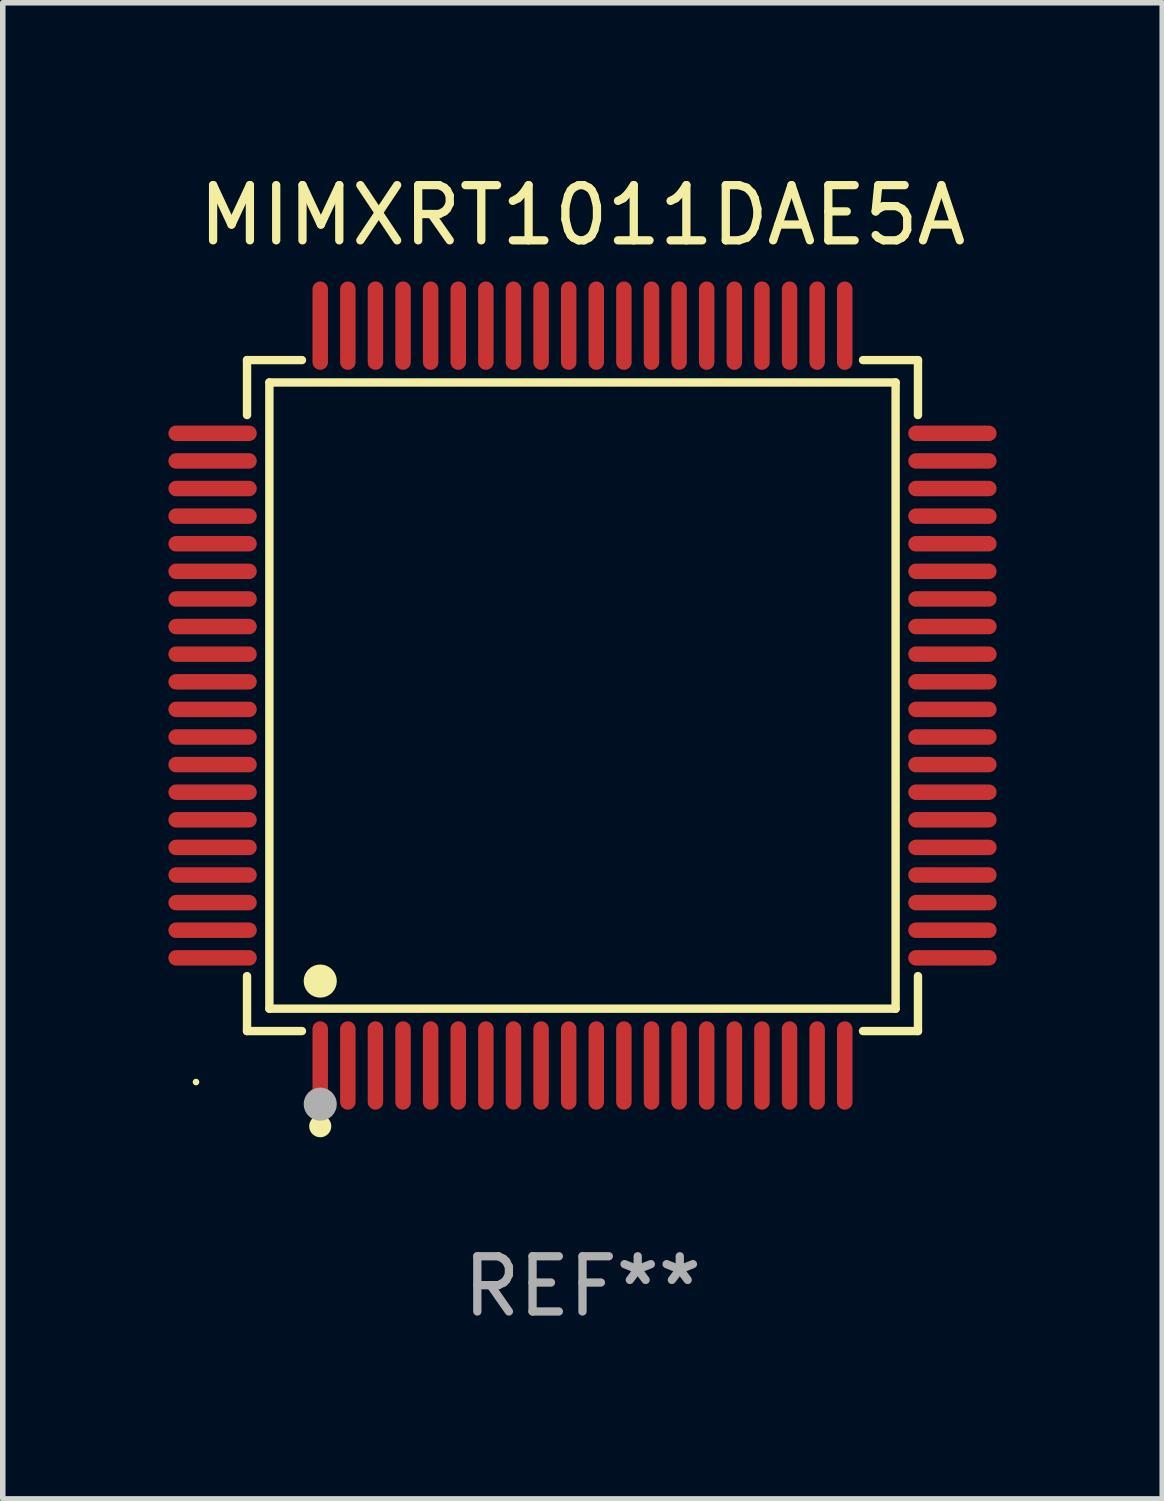
<source format=kicad_pcb>
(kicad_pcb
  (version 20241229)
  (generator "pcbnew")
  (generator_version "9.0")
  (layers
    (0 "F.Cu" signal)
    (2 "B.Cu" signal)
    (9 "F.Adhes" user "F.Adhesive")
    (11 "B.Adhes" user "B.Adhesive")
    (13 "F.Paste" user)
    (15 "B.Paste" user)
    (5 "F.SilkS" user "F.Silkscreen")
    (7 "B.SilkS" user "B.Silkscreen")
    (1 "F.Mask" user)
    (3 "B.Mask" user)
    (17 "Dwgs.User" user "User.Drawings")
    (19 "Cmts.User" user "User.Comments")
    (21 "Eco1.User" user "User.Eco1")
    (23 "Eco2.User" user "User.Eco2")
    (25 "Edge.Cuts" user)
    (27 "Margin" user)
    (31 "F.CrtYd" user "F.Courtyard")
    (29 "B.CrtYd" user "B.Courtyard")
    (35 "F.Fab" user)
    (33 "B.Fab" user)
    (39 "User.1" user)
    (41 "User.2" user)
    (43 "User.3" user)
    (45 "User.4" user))
  (footprint "MIMXRT1011DAE5A"
    (layer "F.Cu")
    (at 7.5 9.548)
    (property "Reference" "MIMXRT1011DAE5A" (at 0 -8.7 0) (layer "F.SilkS") (effects (font (size 1 1) (thickness 0.15))))
    (attr through_hole)
    (fp_line (start -6.076 -6.076) (end -5.081 -6.076) (stroke (width 0.152) (type solid)) (layer "F.SilkS"))
    (fp_line (start -6.076 -5.081) (end -6.076 -6.076) (stroke (width 0.152) (type solid)) (layer "F.SilkS"))
    (fp_line (start -6.076 5.081) (end -6.076 6.076) (stroke (width 0.152) (type solid)) (layer "F.SilkS"))
    (fp_line (start -6.076 6.076) (end -5.081 6.076) (stroke (width 0.152) (type solid)) (layer "F.SilkS"))
    (fp_line (start -5.671 -5.671) (end 5.671 -5.671) (stroke (width 0.152) (type solid)) (layer "F.SilkS"))
    (fp_line (start -5.671 5.671) (end -5.671 -5.671) (stroke (width 0.152) (type solid)) (layer "F.SilkS"))
    (fp_line (start 5.671 -5.671) (end 5.671 5.671) (stroke (width 0.152) (type solid)) (layer "F.SilkS"))
    (fp_line (start 5.671 5.671) (end -5.671 5.671) (stroke (width 0.152) (type solid)) (layer "F.SilkS"))
    (fp_line (start 6.076 -6.076) (end 5.081 -6.076) (stroke (width 0.152) (type solid)) (layer "F.SilkS"))
    (fp_line (start 6.076 -5.081) (end 6.076 -6.076) (stroke (width 0.152) (type solid)) (layer "F.SilkS"))
    (fp_line (start 6.076 5.081) (end 6.076 6.076) (stroke (width 0.152) (type solid)) (layer "F.SilkS"))
    (fp_line (start 6.076 6.076) (end 5.081 6.076) (stroke (width 0.152) (type solid)) (layer "F.SilkS"))
    (fp_circle (center -7 7) (end -6.97 7) (stroke (width 0.06) (type solid)) (fill no) (layer "F.SilkS"))
    (fp_circle (center -4.75 5.171) (end -4.6 5.171) (stroke (width 0.3) (type solid)) (fill no) (layer "F.SilkS"))
    (fp_circle (center -4.75 7.8) (end -4.65 7.8) (stroke (width 0.2) (type solid)) (fill no) (layer "F.SilkS"))
    (fp_circle (center -4.75 7.4) (end -4.6 7.4) (stroke (width 0.3) (type solid)) (fill no) (layer "F.Fab"))
    (fp_text user "REF**" (at 0 10.7 0) (layer "F.Fab") (effects (font (size 1 1) (thickness 0.15))))
    (pad "1" smd oval (at -4.75 6.7) (size 0.28 1.6) (layers "F.Cu" "F.Mask" "F.Paste"))
    (pad "2" smd oval (at -4.25 6.7) (size 0.28 1.6) (layers "F.Cu" "F.Mask" "F.Paste"))
    (pad "3" smd oval (at -3.75 6.7) (size 0.28 1.6) (layers "F.Cu" "F.Mask" "F.Paste"))
    (pad "4" smd oval (at -3.25 6.7) (size 0.28 1.6) (layers "F.Cu" "F.Mask" "F.Paste"))
    (pad "5" smd oval (at -2.75 6.7) (size 0.28 1.6) (layers "F.Cu" "F.Mask" "F.Paste"))
    (pad "6" smd oval (at -2.25 6.7) (size 0.28 1.6) (layers "F.Cu" "F.Mask" "F.Paste"))
    (pad "7" smd oval (at -1.75 6.7) (size 0.28 1.6) (layers "F.Cu" "F.Mask" "F.Paste"))
    (pad "8" smd oval (at -1.25 6.7) (size 0.28 1.6) (layers "F.Cu" "F.Mask" "F.Paste"))
    (pad "9" smd oval (at -0.75 6.7) (size 0.28 1.6) (layers "F.Cu" "F.Mask" "F.Paste"))
    (pad "10" smd oval (at -0.25 6.7) (size 0.28 1.6) (layers "F.Cu" "F.Mask" "F.Paste"))
    (pad "11" smd oval (at 0.25 6.7) (size 0.28 1.6) (layers "F.Cu" "F.Mask" "F.Paste"))
    (pad "12" smd oval (at 0.75 6.7) (size 0.28 1.6) (layers "F.Cu" "F.Mask" "F.Paste"))
    (pad "13" smd oval (at 1.25 6.7) (size 0.28 1.6) (layers "F.Cu" "F.Mask" "F.Paste"))
    (pad "14" smd oval (at 1.75 6.7) (size 0.28 1.6) (layers "F.Cu" "F.Mask" "F.Paste"))
    (pad "15" smd oval (at 2.25 6.7) (size 0.28 1.6) (layers "F.Cu" "F.Mask" "F.Paste"))
    (pad "16" smd oval (at 2.75 6.7) (size 0.28 1.6) (layers "F.Cu" "F.Mask" "F.Paste"))
    (pad "17" smd oval (at 3.25 6.7) (size 0.28 1.6) (layers "F.Cu" "F.Mask" "F.Paste"))
    (pad "18" smd oval (at 3.75 6.7) (size 0.28 1.6) (layers "F.Cu" "F.Mask" "F.Paste"))
    (pad "19" smd oval (at 4.25 6.7) (size 0.28 1.6) (layers "F.Cu" "F.Mask" "F.Paste"))
    (pad "20" smd oval (at 4.75 6.7) (size 0.28 1.6) (layers "F.Cu" "F.Mask" "F.Paste"))
    (pad "21" smd oval (at 6.7 4.75) (size 1.6 0.28) (layers "F.Cu" "F.Mask" "F.Paste"))
    (pad "22" smd oval (at 6.7 4.25) (size 1.6 0.28) (layers "F.Cu" "F.Mask" "F.Paste"))
    (pad "23" smd oval (at 6.7 3.75) (size 1.6 0.28) (layers "F.Cu" "F.Mask" "F.Paste"))
    (pad "24" smd oval (at 6.7 3.25) (size 1.6 0.28) (layers "F.Cu" "F.Mask" "F.Paste"))
    (pad "25" smd oval (at 6.7 2.75) (size 1.6 0.28) (layers "F.Cu" "F.Mask" "F.Paste"))
    (pad "26" smd oval (at 6.7 2.25) (size 1.6 0.28) (layers "F.Cu" "F.Mask" "F.Paste"))
    (pad "27" smd oval (at 6.7 1.75) (size 1.6 0.28) (layers "F.Cu" "F.Mask" "F.Paste"))
    (pad "28" smd oval (at 6.7 1.25) (size 1.6 0.28) (layers "F.Cu" "F.Mask" "F.Paste"))
    (pad "29" smd oval (at 6.7 0.75) (size 1.6 0.28) (layers "F.Cu" "F.Mask" "F.Paste"))
    (pad "30" smd oval (at 6.7 0.25) (size 1.6 0.28) (layers "F.Cu" "F.Mask" "F.Paste"))
    (pad "31" smd oval (at 6.7 -0.25) (size 1.6 0.28) (layers "F.Cu" "F.Mask" "F.Paste"))
    (pad "32" smd oval (at 6.7 -0.75) (size 1.6 0.28) (layers "F.Cu" "F.Mask" "F.Paste"))
    (pad "33" smd oval (at 6.7 -1.25) (size 1.6 0.28) (layers "F.Cu" "F.Mask" "F.Paste"))
    (pad "34" smd oval (at 6.7 -1.75) (size 1.6 0.28) (layers "F.Cu" "F.Mask" "F.Paste"))
    (pad "35" smd oval (at 6.7 -2.25) (size 1.6 0.28) (layers "F.Cu" "F.Mask" "F.Paste"))
    (pad "36" smd oval (at 6.7 -2.75) (size 1.6 0.28) (layers "F.Cu" "F.Mask" "F.Paste"))
    (pad "37" smd oval (at 6.7 -3.25) (size 1.6 0.28) (layers "F.Cu" "F.Mask" "F.Paste"))
    (pad "38" smd oval (at 6.7 -3.75) (size 1.6 0.28) (layers "F.Cu" "F.Mask" "F.Paste"))
    (pad "39" smd oval (at 6.7 -4.25) (size 1.6 0.28) (layers "F.Cu" "F.Mask" "F.Paste"))
    (pad "40" smd oval (at 6.7 -4.75) (size 1.6 0.28) (layers "F.Cu" "F.Mask" "F.Paste"))
    (pad "41" smd oval (at 4.75 -6.7) (size 0.28 1.6) (layers "F.Cu" "F.Mask" "F.Paste"))
    (pad "42" smd oval (at 4.25 -6.7) (size 0.28 1.6) (layers "F.Cu" "F.Mask" "F.Paste"))
    (pad "43" smd oval (at 3.75 -6.7) (size 0.28 1.6) (layers "F.Cu" "F.Mask" "F.Paste"))
    (pad "44" smd oval (at 3.25 -6.7) (size 0.28 1.6) (layers "F.Cu" "F.Mask" "F.Paste"))
    (pad "45" smd oval (at 2.75 -6.7) (size 0.28 1.6) (layers "F.Cu" "F.Mask" "F.Paste"))
    (pad "46" smd oval (at 2.25 -6.7) (size 0.28 1.6) (layers "F.Cu" "F.Mask" "F.Paste"))
    (pad "47" smd oval (at 1.75 -6.7) (size 0.28 1.6) (layers "F.Cu" "F.Mask" "F.Paste"))
    (pad "48" smd oval (at 1.25 -6.7) (size 0.28 1.6) (layers "F.Cu" "F.Mask" "F.Paste"))
    (pad "49" smd oval (at 0.75 -6.7) (size 0.28 1.6) (layers "F.Cu" "F.Mask" "F.Paste"))
    (pad "50" smd oval (at 0.25 -6.7) (size 0.28 1.6) (layers "F.Cu" "F.Mask" "F.Paste"))
    (pad "51" smd oval (at -0.25 -6.7) (size 0.28 1.6) (layers "F.Cu" "F.Mask" "F.Paste"))
    (pad "52" smd oval (at -0.75 -6.7) (size 0.28 1.6) (layers "F.Cu" "F.Mask" "F.Paste"))
    (pad "53" smd oval (at -1.25 -6.7) (size 0.28 1.6) (layers "F.Cu" "F.Mask" "F.Paste"))
    (pad "54" smd oval (at -1.75 -6.7) (size 0.28 1.6) (layers "F.Cu" "F.Mask" "F.Paste"))
    (pad "55" smd oval (at -2.25 -6.7) (size 0.28 1.6) (layers "F.Cu" "F.Mask" "F.Paste"))
    (pad "56" smd oval (at -2.75 -6.7) (size 0.28 1.6) (layers "F.Cu" "F.Mask" "F.Paste"))
    (pad "57" smd oval (at -3.25 -6.7) (size 0.28 1.6) (layers "F.Cu" "F.Mask" "F.Paste"))
    (pad "58" smd oval (at -3.75 -6.7) (size 0.28 1.6) (layers "F.Cu" "F.Mask" "F.Paste"))
    (pad "59" smd oval (at -4.25 -6.7) (size 0.28 1.6) (layers "F.Cu" "F.Mask" "F.Paste"))
    (pad "60" smd oval (at -4.75 -6.7) (size 0.28 1.6) (layers "F.Cu" "F.Mask" "F.Paste"))
    (pad "61" smd oval (at -6.7 -4.75) (size 1.6 0.28) (layers "F.Cu" "F.Mask" "F.Paste"))
    (pad "62" smd oval (at -6.7 -4.25) (size 1.6 0.28) (layers "F.Cu" "F.Mask" "F.Paste"))
    (pad "63" smd oval (at -6.7 -3.75) (size 1.6 0.28) (layers "F.Cu" "F.Mask" "F.Paste"))
    (pad "64" smd oval (at -6.7 -3.25) (size 1.6 0.28) (layers "F.Cu" "F.Mask" "F.Paste"))
    (pad "65" smd oval (at -6.7 -2.75) (size 1.6 0.28) (layers "F.Cu" "F.Mask" "F.Paste"))
    (pad "66" smd oval (at -6.7 -2.25) (size 1.6 0.28) (layers "F.Cu" "F.Mask" "F.Paste"))
    (pad "67" smd oval (at -6.7 -1.75) (size 1.6 0.28) (layers "F.Cu" "F.Mask" "F.Paste"))
    (pad "68" smd oval (at -6.7 -1.25) (size 1.6 0.28) (layers "F.Cu" "F.Mask" "F.Paste"))
    (pad "69" smd oval (at -6.7 -0.75) (size 1.6 0.28) (layers "F.Cu" "F.Mask" "F.Paste"))
    (pad "70" smd oval (at -6.7 -0.25) (size 1.6 0.28) (layers "F.Cu" "F.Mask" "F.Paste"))
    (pad "71" smd oval (at -6.7 0.25) (size 1.6 0.28) (layers "F.Cu" "F.Mask" "F.Paste"))
    (pad "72" smd oval (at -6.7 0.75) (size 1.6 0.28) (layers "F.Cu" "F.Mask" "F.Paste"))
    (pad "73" smd oval (at -6.7 1.25) (size 1.6 0.28) (layers "F.Cu" "F.Mask" "F.Paste"))
    (pad "74" smd oval (at -6.7 1.75) (size 1.6 0.28) (layers "F.Cu" "F.Mask" "F.Paste"))
    (pad "75" smd oval (at -6.7 2.25) (size 1.6 0.28) (layers "F.Cu" "F.Mask" "F.Paste"))
    (pad "76" smd oval (at -6.7 2.75) (size 1.6 0.28) (layers "F.Cu" "F.Mask" "F.Paste"))
    (pad "77" smd oval (at -6.7 3.25) (size 1.6 0.28) (layers "F.Cu" "F.Mask" "F.Paste"))
    (pad "78" smd oval (at -6.7 3.75) (size 1.6 0.28) (layers "F.Cu" "F.Mask" "F.Paste"))
    (pad "79" smd oval (at -6.7 4.25) (size 1.6 0.28) (layers "F.Cu" "F.Mask" "F.Paste"))
    (pad "80" smd oval (at -6.7 4.75) (size 1.6 0.28) (layers "F.Cu" "F.Mask" "F.Paste")))
  (gr_rect
    (start -3 -3)
    (end 18 24.097)
    (stroke (width 0.1) (type default))
    (fill no)
    (layer "Edge.Cuts")))
</source>
